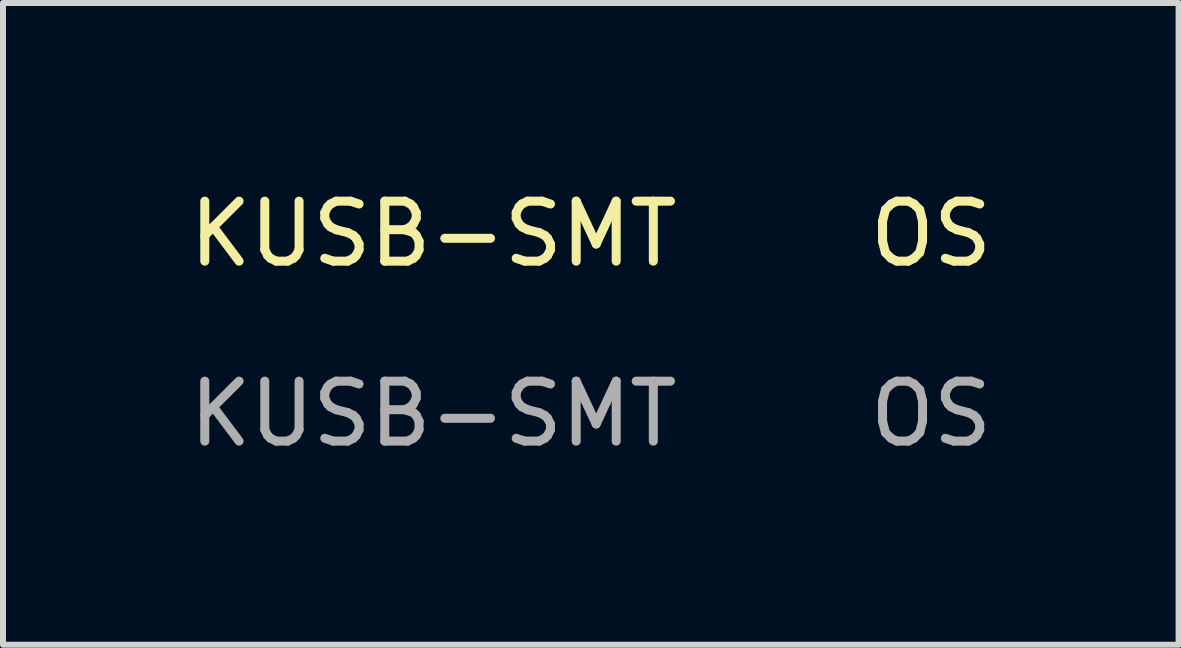
<source format=kicad_pcb>
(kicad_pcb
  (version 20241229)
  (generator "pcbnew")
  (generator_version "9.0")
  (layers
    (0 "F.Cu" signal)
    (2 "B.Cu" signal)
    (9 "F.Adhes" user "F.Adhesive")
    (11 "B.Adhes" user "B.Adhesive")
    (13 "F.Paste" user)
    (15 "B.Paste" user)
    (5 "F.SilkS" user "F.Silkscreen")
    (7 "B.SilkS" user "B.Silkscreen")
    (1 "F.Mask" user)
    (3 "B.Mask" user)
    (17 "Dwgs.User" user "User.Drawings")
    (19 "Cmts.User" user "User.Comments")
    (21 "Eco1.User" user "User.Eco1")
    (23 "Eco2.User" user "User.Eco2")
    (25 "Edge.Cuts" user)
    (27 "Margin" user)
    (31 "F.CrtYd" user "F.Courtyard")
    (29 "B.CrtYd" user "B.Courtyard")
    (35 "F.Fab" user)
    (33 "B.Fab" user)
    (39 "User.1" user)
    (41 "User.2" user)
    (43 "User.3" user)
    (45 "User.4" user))
  (footprint "OS"
    (layer "F.Cu")
    (at 12.47 1.348)
    (property "Reference" "OS" (at 0 -0.5 0) (unlocked yes) (layer "F.SilkS") (effects (font (size 1 1) (thickness 0.15))))
    (attr smd)
    (fp_text user "${REFERENCE}" (at 0 2.5 0) (unlocked yes) (layer "F.Fab") (effects (font (size 1 1) (thickness 0.15)))))
  (footprint "KUSB-SMT"
    (layer "F.Cu")
    (at 4.173 1.348)
    (property "Reference" "KUSB-SMT" (at 0 -0.5 0) (unlocked yes) (layer "F.SilkS") (effects (font (size 1 1) (thickness 0.15))))
    (attr smd)
    (fp_text user "${REFERENCE}" (at 0 2.5 0) (unlocked yes) (layer "F.Fab") (effects (font (size 1 1) (thickness 0.15)))))
  (gr_rect
    (start -3 -3)
    (end 16.595 7.697)
    (stroke (width 0.1) (type default))
    (fill no)
    (layer "Edge.Cuts")))
</source>
